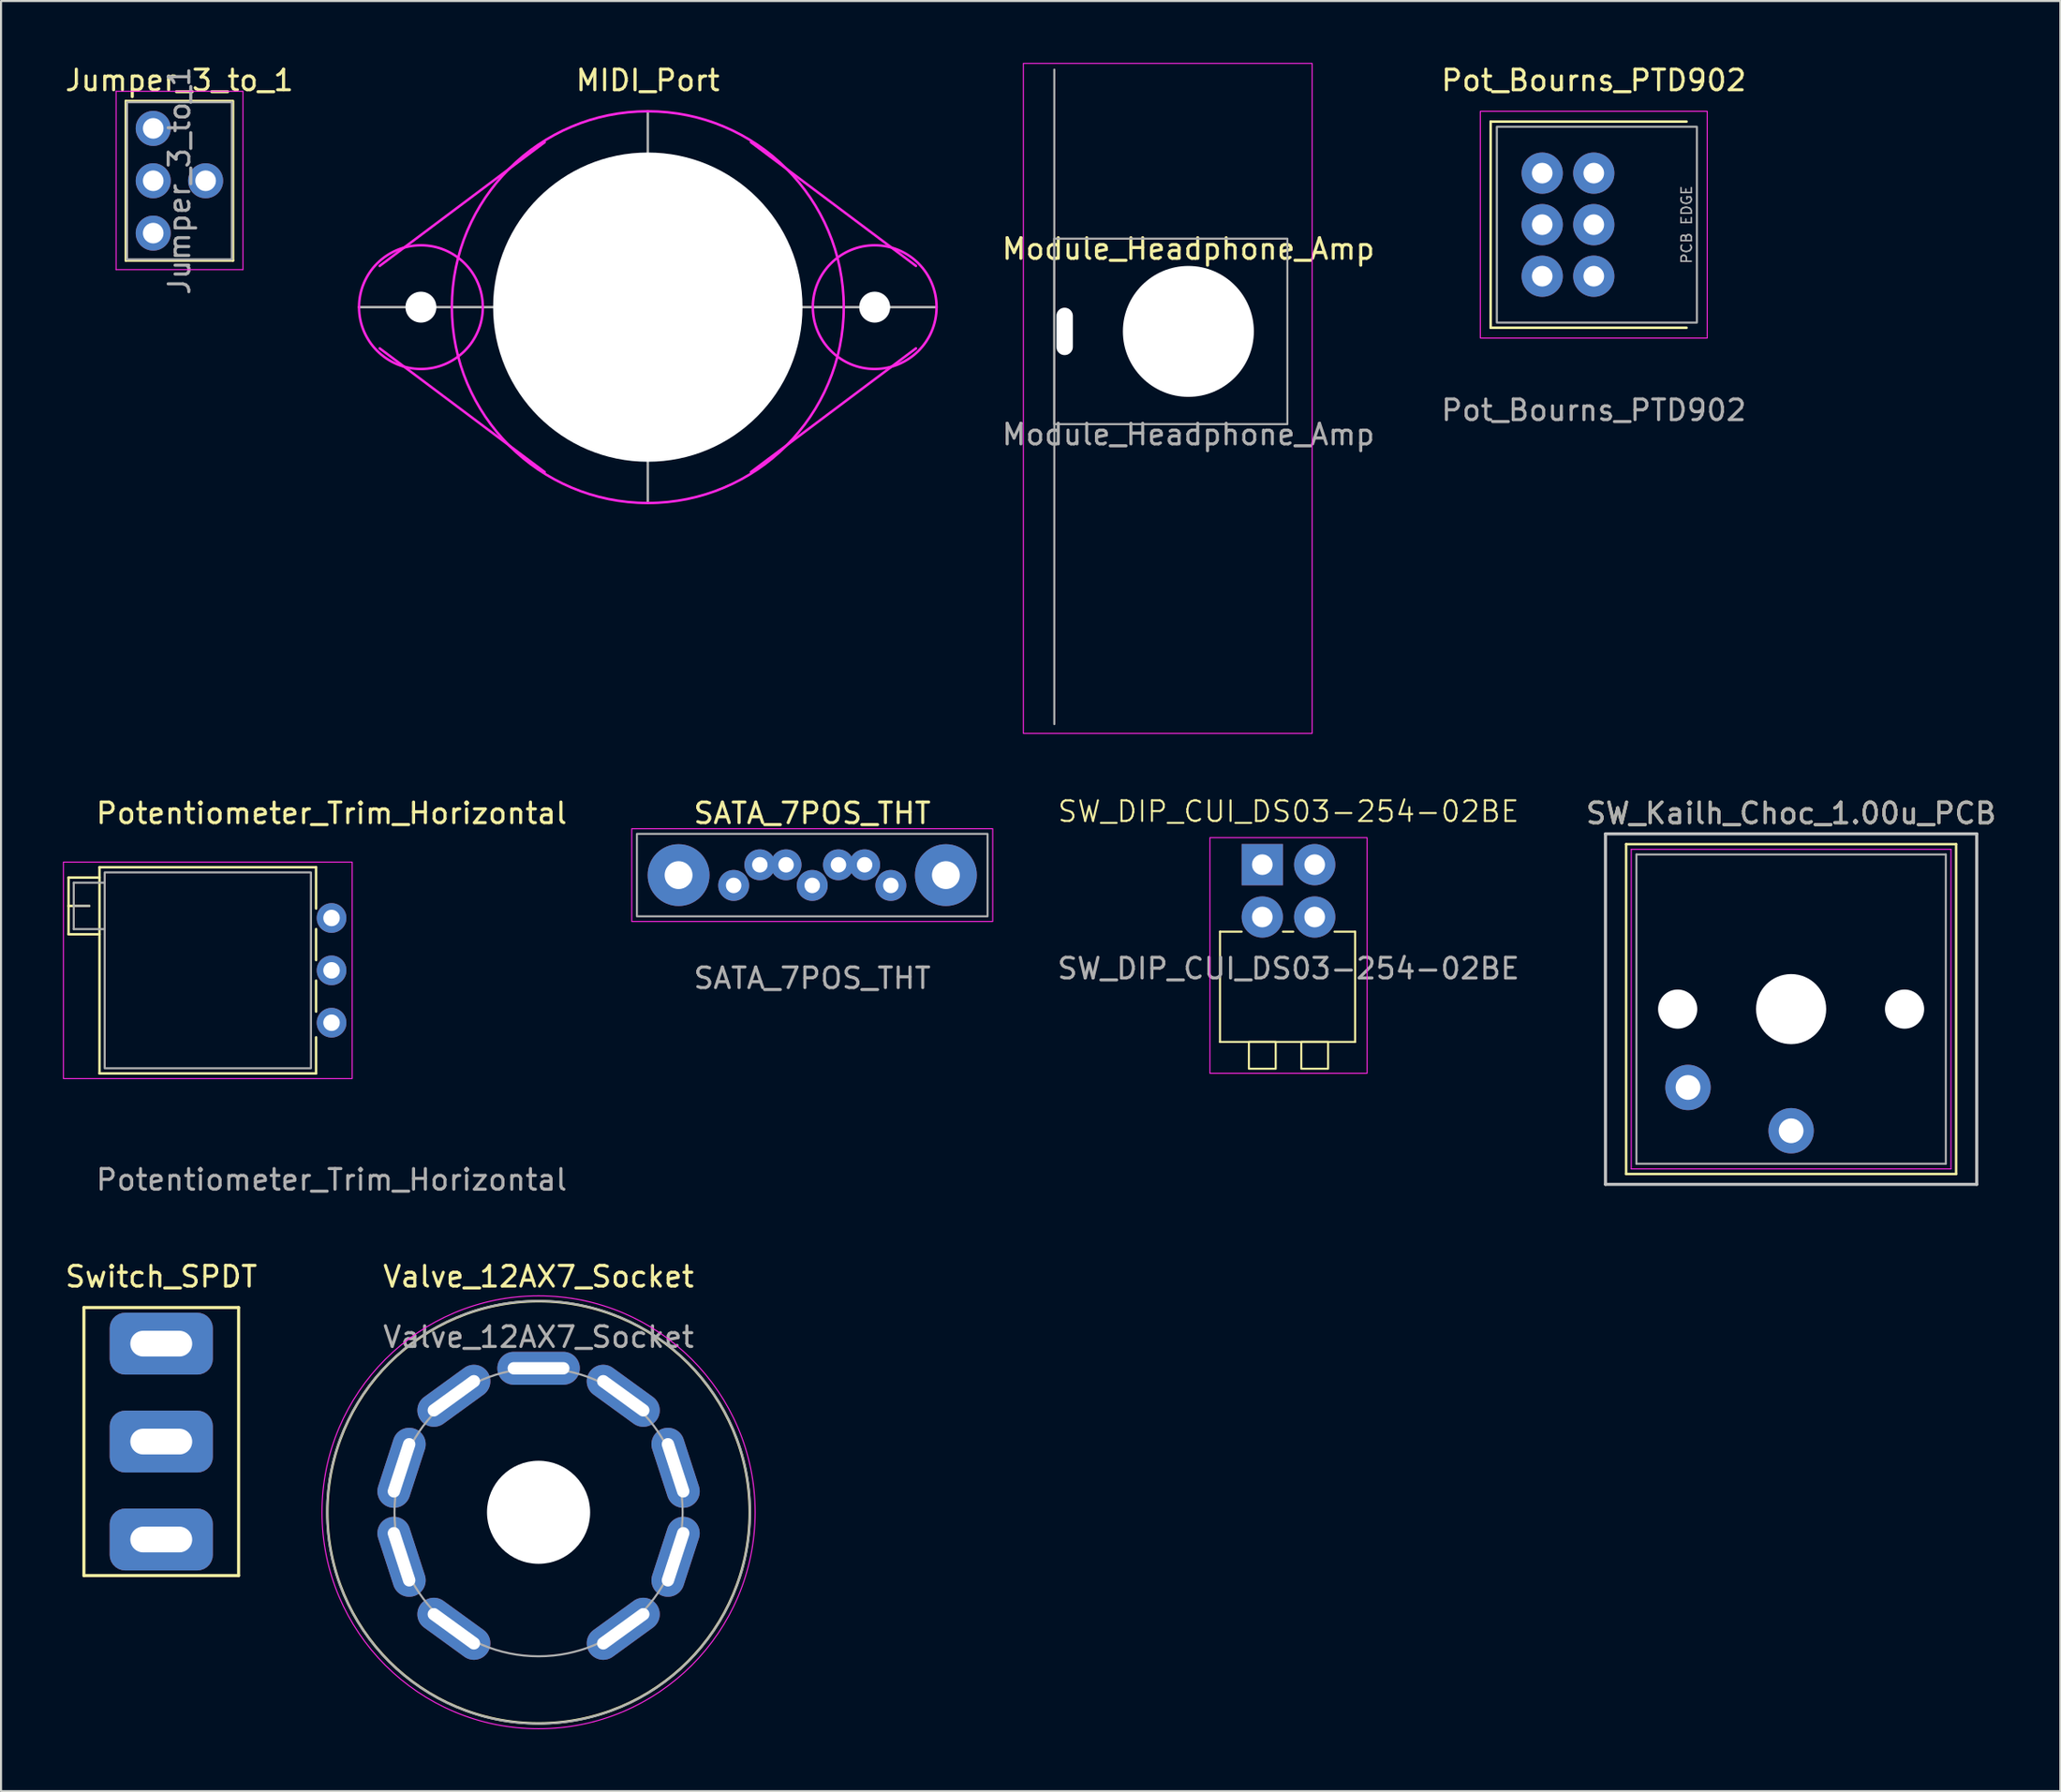
<source format=kicad_pcb>
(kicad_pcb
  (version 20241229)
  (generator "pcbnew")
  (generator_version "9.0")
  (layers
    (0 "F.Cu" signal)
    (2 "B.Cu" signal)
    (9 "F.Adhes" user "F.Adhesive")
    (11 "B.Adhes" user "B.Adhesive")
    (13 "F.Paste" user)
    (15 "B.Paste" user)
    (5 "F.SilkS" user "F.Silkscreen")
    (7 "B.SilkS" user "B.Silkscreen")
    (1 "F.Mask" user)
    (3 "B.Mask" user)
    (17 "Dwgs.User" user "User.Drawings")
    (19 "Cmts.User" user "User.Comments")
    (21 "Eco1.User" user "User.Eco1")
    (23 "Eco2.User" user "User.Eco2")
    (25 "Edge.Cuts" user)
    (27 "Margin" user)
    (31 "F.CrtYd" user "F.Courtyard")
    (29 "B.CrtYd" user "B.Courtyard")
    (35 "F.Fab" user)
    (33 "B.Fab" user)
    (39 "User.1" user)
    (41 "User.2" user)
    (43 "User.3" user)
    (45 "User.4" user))
  (footprint "Pot_Bourns_PTD902"
    (layer "F.Cu")
    (at 74.221 7.848)
    (property "Reference" "Pot_Bourns_PTD902" (at 0 -7 0) (unlocked yes) (layer "F.SilkS") (effects (font (size 1 1) (thickness 0.15))))
    (attr through_hole)
    (fp_line (start -5 -5) (end -5 5) (stroke (width 0.12) (type solid)) (layer "F.SilkS"))
    (fp_line (start -5 -5) (end 4.5 -5) (stroke (width 0.12) (type solid)) (layer "F.SilkS"))
    (fp_line (start -5 5) (end 4.5 5) (stroke (width 0.12) (type solid)) (layer "F.SilkS"))
    (fp_rect (start -5.5 -5.5) (end 5.5 5.5) (stroke (width 0.05) (type solid)) (fill no) (layer "F.CrtYd"))
    (fp_rect (start -4.7 -4.75) (end 5 4.75) (stroke (width 0.1) (type solid)) (fill no) (layer "F.Fab"))
    (fp_text user "${REFERENCE}" (at 0 9 0) (unlocked yes) (layer "F.Fab") (effects (font (size 1 1) (thickness 0.15))))
    (fp_text user "PCB EDGE" (at 4.5 0 90) (unlocked yes) (layer "F.Fab") (effects (font (size 0.5 0.5) (thickness 0.075))))
    (pad "1" thru_hole circle (at 0 2.5) (size 2 2) (drill 1) (layers "*.Cu" "*.Mask"))
    (pad "2" thru_hole circle (at 0 0) (size 2 2) (drill 1) (layers "*.Cu" "*.Mask"))
    (pad "3" thru_hole circle (at 0 -2.5) (size 2 2) (drill 1) (layers "*.Cu" "*.Mask"))
    (pad "4" thru_hole circle (at -2.5 2.5) (size 2 2) (drill 1) (layers "*.Cu" "*.Mask"))
    (pad "5" thru_hole circle (at -2.5 0) (size 2 2) (drill 1) (layers "*.Cu" "*.Mask"))
    (pad "6" thru_hole circle (at -2.5 -2.5) (size 2 2) (drill 1) (layers "*.Cu" "*.Mask")))
  (footprint "Jumper_3_to_1"
    (layer "F.Cu")
    (at 4.379 3.178)
    (property "Reference" "Jumper_3_to_1" (at 1.27 -2.33 0) (layer "F.SilkS") (effects (font (size 1 1) (thickness 0.15))))
    (attr through_hole)
    (fp_line (start -1.33 -1.33) (end -1.33 6.41) (stroke (width 0.12) (type solid)) (layer "F.SilkS"))
    (fp_line (start -1.33 -1.33) (end 3.81 -1.33) (stroke (width 0.12) (type solid)) (layer "F.SilkS"))
    (fp_line (start -1.33 6.41) (end 3.87 6.41) (stroke (width 0.12) (type solid)) (layer "F.SilkS"))
    (fp_line (start 3.87 -1.33) (end 3.87 6.41) (stroke (width 0.12) (type solid)) (layer "F.SilkS"))
    (fp_line (start -1.8 -1.8) (end -1.8 6.85) (stroke (width 0.05) (type solid)) (layer "F.CrtYd"))
    (fp_line (start -1.8 6.85) (end 4.35 6.85) (stroke (width 0.05) (type solid)) (layer "F.CrtYd"))
    (fp_line (start 4.35 -1.8) (end -1.8 -1.8) (stroke (width 0.05) (type solid)) (layer "F.CrtYd"))
    (fp_line (start 4.35 6.85) (end 4.35 -1.8) (stroke (width 0.05) (type solid)) (layer "F.CrtYd"))
    (fp_line (start -1.27 -1.27) (end 3.81 -1.27) (stroke (width 0.1) (type solid)) (layer "F.Fab"))
    (fp_line (start -1.27 6.35) (end -1.27 -1.27) (stroke (width 0.1) (type solid)) (layer "F.Fab"))
    (fp_line (start 3.81 -1.27) (end 3.81 6.35) (stroke (width 0.1) (type solid)) (layer "F.Fab"))
    (fp_line (start 3.81 6.35) (end -1.27 6.35) (stroke (width 0.1) (type solid)) (layer "F.Fab"))
    (fp_text user "${REFERENCE}" (at 1.27 2.54 90) (layer "F.Fab") (effects (font (size 1 1) (thickness 0.15))))
    (pad "1" thru_hole oval (at 0 0) (size 1.7 1.7) (drill 1) (layers "*.Cu" "*.Mask"))
    (pad "2" thru_hole oval (at 2.54 2.54) (size 1.7 1.7) (drill 1) (layers "*.Cu" "*.Mask"))
    (pad "3" thru_hole oval (at 0 5.08) (size 1.7 1.7) (drill 1) (layers "*.Cu" "*.Mask"))
    (pad "4" thru_hole oval (at 0 2.54) (size 1.7 1.7) (drill 1) (layers "*.Cu" "*.Mask")))
  (footprint "SATA_7POS_THT"
    (layer "F.Cu")
    (at 36.33 39.398)
    (property "Reference" "SATA_7POS_THT" (at 0 -3 0) (unlocked yes) (layer "F.SilkS") (effects (font (size 1 1) (thickness 0.15))))
    (attr through_hole)
    (fp_rect (start -8.75 -2.25) (end 8.75 2.25) (stroke (width 0.05) (type solid)) (fill no) (layer "F.CrtYd"))
    (fp_rect (start -8.5 -2) (end 8.5 2) (stroke (width 0.1) (type solid)) (fill no) (layer "F.Fab"))
    (fp_text user "${REFERENCE}" (at 0 5 0) (unlocked yes) (layer "F.Fab") (effects (font (size 1 1) (thickness 0.15))))
    (pad "" thru_hole circle (at -6.48 0) (size 3 3) (drill 1.35) (layers "*.Cu" "*.Mask"))
    (pad "" thru_hole circle (at 6.48 0) (size 3 3) (drill 1.35) (layers "*.Cu" "*.Mask"))
    (pad "1" thru_hole circle (at 3.81 0.5) (size 1.5 1.5) (drill 0.75) (layers "*.Cu" "*.Mask"))
    (pad "2" thru_hole circle (at 2.54 -0.5) (size 1.5 1.5) (drill 0.75) (layers "*.Cu" "*.Mask"))
    (pad "3" thru_hole circle (at 1.27 -0.5) (size 1.5 1.5) (drill 0.75) (layers "*.Cu" "*.Mask"))
    (pad "4" thru_hole circle (at 0 0.5) (size 1.5 1.5) (drill 0.75) (layers "*.Cu" "*.Mask"))
    (pad "5" thru_hole circle (at -1.27 -0.5) (size 1.5 1.5) (drill 0.75) (layers "*.Cu" "*.Mask"))
    (pad "6" thru_hole circle (at -2.54 -0.5) (size 1.5 1.5) (drill 0.75) (layers "*.Cu" "*.Mask"))
    (pad "7" thru_hole circle (at -3.81 0.5) (size 1.5 1.5) (drill 0.75) (layers "*.Cu" "*.Mask")))
  (footprint "Potentiometer_Trim_Horizontal"
    (layer "F.Cu")
    (at 13.025 44.018)
    (property "Reference" "Potentiometer_Trim_Horizontal" (at 0 -7.62 0) (layer "F.SilkS") (effects (font (size 1 1) (thickness 0.15))))
    (attr through_hole)
    (fp_line (start -12.75 -4.5) (end -12.75 -1.75) (stroke (width 0.12) (type solid)) (layer "F.SilkS"))
    (fp_line (start -12.75 -4.5) (end -11.25 -4.5) (stroke (width 0.12) (type solid)) (layer "F.SilkS"))
    (fp_line (start -12.75 -3.125) (end -11.75 -3.125) (stroke (width 0.12) (type solid)) (layer "F.SilkS"))
    (fp_line (start -12.75 -1.75) (end -11.25 -1.75) (stroke (width 0.12) (type solid)) (layer "F.SilkS"))
    (fp_line (start -11.25 -5) (end -11.25 5) (stroke (width 0.12) (type solid)) (layer "F.SilkS"))
    (fp_line (start -11.25 -5) (end -0.75 -5) (stroke (width 0.12) (type solid)) (layer "F.SilkS"))
    (fp_line (start -11.25 5) (end -0.75 5) (stroke (width 0.12) (type solid)) (layer "F.SilkS"))
    (fp_line (start -0.75 -5) (end -0.75 -3) (stroke (width 0.12) (type solid)) (layer "F.SilkS"))
    (fp_line (start -0.75 -0.5) (end -0.75 -2) (stroke (width 0.12) (type solid)) (layer "F.SilkS"))
    (fp_line (start -0.75 2) (end -0.75 0.5) (stroke (width 0.12) (type solid)) (layer "F.SilkS"))
    (fp_line (start -0.75 5) (end -0.75 3.25) (stroke (width 0.12) (type solid)) (layer "F.SilkS"))
    (fp_rect (start -13 -5.25) (end 1 5.25) (stroke (width 0.05) (type solid)) (fill no) (layer "F.CrtYd"))
    (fp_line (start -12.5 -4.25) (end -12.5 -2) (stroke (width 0.1) (type solid)) (layer "F.Fab"))
    (fp_line (start -12.5 -3.125) (end -11.75 -3.125) (stroke (width 0.1) (type solid)) (layer "F.Fab"))
    (fp_line (start -12.5 -2) (end -11 -2) (stroke (width 0.1) (type solid)) (layer "F.Fab"))
    (fp_line (start -11 -4.25) (end -12.5 -4.25) (stroke (width 0.1) (type solid)) (layer "F.Fab"))
    (fp_rect (start -1 -4.75) (end -11 4.75) (stroke (width 0.1) (type solid)) (fill no) (layer "F.Fab"))
    (fp_text user "${REFERENCE}" (at 0 10.16 0) (layer "F.Fab") (effects (font (size 1 1) (thickness 0.15))))
    (pad "1" thru_hole circle (at 0 -2.54) (size 1.44 1.44) (drill 0.8) (layers "*.Cu" "*.Mask"))
    (pad "2" thru_hole circle (at 0 0) (size 1.44 1.44) (drill 0.8) (layers "*.Cu" "*.Mask"))
    (pad "3" thru_hole circle (at 0 2.54) (size 1.44 1.44) (drill 0.8) (layers "*.Cu" "*.Mask")))
  (footprint "SW_Kailh_Choc_1.00u_PCB"
    (layer "F.Cu")
    (at 83.789 45.898)
    (property "Reference" "SW_Kailh_Choc_1.00u_PCB" (at 0 -9.5 0) (layer "F.SilkS") (effects (font (size 1 1) (thickness 0.15))))
    (attr through_hole)
    (fp_line (start -8 -8) (end 8 -8) (stroke (width 0.12) (type solid)) (layer "F.SilkS"))
    (fp_line (start -8 8) (end -8 -8) (stroke (width 0.12) (type solid)) (layer "F.SilkS"))
    (fp_line (start 8 -8) (end 8 8) (stroke (width 0.12) (type solid)) (layer "F.SilkS"))
    (fp_line (start 8 8) (end -8 8) (stroke (width 0.12) (type solid)) (layer "F.SilkS"))
    (fp_line (start -9 -8.5) (end 9 -8.5) (stroke (width 0.15) (type solid)) (layer "Dwgs.User"))
    (fp_line (start -9 8.5) (end -9 -8.5) (stroke (width 0.15) (type solid)) (layer "Dwgs.User"))
    (fp_line (start 9 -8.5) (end 9 8.5) (stroke (width 0.15) (type solid)) (layer "Dwgs.User"))
    (fp_line (start 9 8.5) (end -9 8.5) (stroke (width 0.15) (type solid)) (layer "Dwgs.User"))
    (fp_line (start -7.75 -7.75) (end 7.75 -7.75) (stroke (width 0.05) (type solid)) (layer "F.CrtYd"))
    (fp_line (start -7.75 7.75) (end -7.75 -7.75) (stroke (width 0.05) (type solid)) (layer "F.CrtYd"))
    (fp_line (start 7.75 -7.75) (end 7.75 7.75) (stroke (width 0.05) (type solid)) (layer "F.CrtYd"))
    (fp_line (start 7.75 7.75) (end -7.75 7.75) (stroke (width 0.05) (type solid)) (layer "F.CrtYd"))
    (fp_line (start -7.5 -7.5) (end 7.5 -7.5) (stroke (width 0.1) (type solid)) (layer "F.Fab"))
    (fp_line (start -7.5 7.5) (end -7.5 -7.5) (stroke (width 0.1) (type solid)) (layer "F.Fab"))
    (fp_line (start 7.5 -7.5) (end 7.5 7.5) (stroke (width 0.1) (type solid)) (layer "F.Fab"))
    (fp_line (start 7.5 7.5) (end -7.5 7.5) (stroke (width 0.1) (type solid)) (layer "F.Fab"))
    (fp_text user "${REFERENCE}" (at 0 -9.5 0) (layer "F.Fab") (effects (font (size 1 1) (thickness 0.15))))
    (pad "" np_thru_hole circle (at -5.5 0) (size 1.9 1.9) (drill 1.9) (layers "*.Cu" "*.Mask"))
    (pad "" np_thru_hole circle (at 0 0) (size 3.4 3.4) (drill 3.4) (layers "*.Cu" "*.Mask"))
    (pad "" np_thru_hole circle (at 5.5 0) (size 1.9 1.9) (drill 1.9) (layers "*.Cu" "*.Mask"))
    (pad "1" thru_hole circle (at 0 5.9) (size 2.2 2.2) (drill 1.2) (layers "*.Cu" "*.Mask"))
    (pad "2" thru_hole circle (at -5 3.8) (size 2.2 2.2) (drill 1.2) (layers "*.Cu" "*.Mask")))
  (footprint "SW_DIP_CUI_DS03-254-02BE"
    (layer "F.Cu")
    (at 58.15 38.891)
    (property "Reference" "SW_DIP_CUI_DS03-254-02BE" (at 1.27 -2.58 0) (unlocked yes) (layer "F.SilkS") (effects (font (size 1 1) (thickness 0.1))))
    (attr through_hole)
    (fp_line (start -2.05 3.25) (end -2.05 8.6) (stroke (width 0.1) (type default)) (layer "F.SilkS"))
    (fp_line (start -2.05 3.25) (end -1 3.25) (stroke (width 0.1) (type default)) (layer "F.SilkS"))
    (fp_line (start -2.05 8.6) (end 4.5 8.6) (stroke (width 0.1) (type default)) (layer "F.SilkS"))
    (fp_line (start 1 3.25) (end 1.5 3.25) (stroke (width 0.1) (type default)) (layer "F.SilkS"))
    (fp_line (start 4.5 3.25) (end 3.5 3.25) (stroke (width 0.1) (type default)) (layer "F.SilkS"))
    (fp_line (start 4.5 3.25) (end 4.5 8.6) (stroke (width 0.1) (type default)) (layer "F.SilkS"))
    (fp_rect (start -0.65 8.6) (end 0.65 9.9) (stroke (width 0.1) (type default)) (fill no) (layer "F.SilkS"))
    (fp_rect (start 1.89 8.6) (end 3.19 9.9) (stroke (width 0.1) (type default)) (fill no) (layer "F.SilkS"))
    (fp_rect (start -2.54 -1.31) (end 5.08 10.12) (stroke (width 0.05) (type default)) (fill no) (layer "F.CrtYd"))
    (fp_text user "${REFERENCE}" (at 1.27 5.04 0) (unlocked yes) (layer "F.Fab") (effects (font (size 1 1) (thickness 0.15))))
    (pad "1" thru_hole rect (at 0 0) (size 2 2) (drill 1) (layers "*.Cu" "*.Mask"))
    (pad "2" thru_hole circle (at 0 2.54) (size 2 2) (drill 1) (layers "*.Cu" "*.Mask"))
    (pad "3" thru_hole circle (at 2.54 0) (size 2 2) (drill 1) (layers "*.Cu" "*.Mask"))
    (pad "4" thru_hole circle (at 2.54 2.54) (size 2 2) (drill 1) (layers "*.Cu" "*.Mask")))
  (footprint "Switch_SPDT"
    (layer "F.Cu")
    (at 4.768 66.875)
    (property "Reference" "Switch_SPDT" (at 0 -8 0) (layer "F.SilkS") (effects (font (size 1 1) (thickness 0.15))))
    (attr through_hole)
    (fp_line (start -3.75 -6.5) (end -3.75 6.5) (stroke (width 0.15) (type solid)) (layer "F.SilkS"))
    (fp_line (start -3.75 6.5) (end 3.75 6.5) (stroke (width 0.15) (type solid)) (layer "F.SilkS"))
    (fp_line (start 3.75 -6.5) (end -3.75 -6.5) (stroke (width 0.15) (type solid)) (layer "F.SilkS"))
    (fp_line (start 3.75 6.5) (end 3.75 -6.5) (stroke (width 0.15) (type solid)) (layer "F.SilkS"))
    (pad "1" thru_hole roundrect (at 0 -4.75) (size 5 3) (drill oval 3 1.25) (layers "*.Cu" "*.Mask") (roundrect_rratio 0.25))
    (pad "2" thru_hole roundrect (at 0 0) (size 5 3) (drill oval 3 1.25) (layers "*.Cu" "*.Mask") (roundrect_rratio 0.25))
    (pad "3" thru_hole roundrect (at 0 4.75) (size 5 3) (drill oval 3 1.25) (layers "*.Cu" "*.Mask") (roundrect_rratio 0.25)))
  (footprint "Valve_12AX7_Socket"
    (layer "F.Cu")
    (at 23.061 70.305)
    (property "Reference" "Valve_12AX7_Socket" (at 0 -11.43 0) (layer "F.SilkS") (effects (font (size 1 1) (thickness 0.15))))
    (attr through_hole)
    (fp_circle (center 0 0) (end 10.16 1.27) (stroke (width 0.12) (type solid)) (fill no) (layer "F.SilkS"))
    (fp_circle (center 0 0) (end 0 -10.5) (stroke (width 0.05) (type solid)) (fill no) (layer "F.CrtYd"))
    (fp_circle (center 0 0) (end 0 -10.25) (stroke (width 0.1) (type solid)) (fill no) (layer "F.Fab"))
    (fp_circle (center 0 0) (end 6.985 0) (stroke (width 0.1) (type solid)) (fill no) (layer "F.Fab"))
    (fp_text user "${REFERENCE}" (at 0 -8.5 0) (layer "F.Fab") (effects (font (size 1 1) (thickness 0.15))))
    (pad "" np_thru_hole circle (at 0 0) (size 5 5) (drill 5) (layers "*.Cu" "*.Mask"))
    (pad "1" thru_hole oval (at 4.106 5.651 306) (size 1.6 4) (drill oval 0.6 3) (layers "*.Cu" "*.Mask"))
    (pad "2" thru_hole oval (at 6.643 2.158 342) (size 1.6 4) (drill oval 0.6 3) (layers "*.Cu" "*.Mask"))
    (pad "3" thru_hole oval (at 6.643 -2.158 18) (size 1.6 4) (drill oval 0.6 3) (layers "*.Cu" "*.Mask"))
    (pad "4" thru_hole oval (at 4.106 -5.651 54) (size 1.6 4) (drill oval 0.6 3) (layers "*.Cu" "*.Mask"))
    (pad "5" thru_hole oval (at 0 -6.985 90) (size 1.6 4) (drill oval 0.6 3) (layers "*.Cu" "*.Mask"))
    (pad "6" thru_hole oval (at -4.106 -5.651 306) (size 1.6 4) (drill oval 0.6 3) (layers "*.Cu" "*.Mask"))
    (pad "7" thru_hole oval (at -6.643 -2.158 342) (size 1.6 4) (drill oval 0.6 3) (layers "*.Cu" "*.Mask"))
    (pad "8" thru_hole oval (at -6.643 2.158 18) (size 1.6 4) (drill oval 0.6 3) (layers "*.Cu" "*.Mask"))
    (pad "9" thru_hole oval (at -4.106 5.651 54) (size 1.6 4) (drill oval 0.6 3) (layers "*.Cu" "*.Mask")))
  (footprint "Module_Headphone_Amp"
    (layer "F.Cu")
    (at 54.566 13.025)
    (property "Reference" "Module_Headphone_Amp" (at 0 -4 0) (unlocked yes) (layer "F.SilkS") (effects (font (size 1 1) (thickness 0.15))))
    (attr through_hole)
    (fp_rect (start -8 -13) (end 6 19.5) (stroke (width 0.05) (type solid)) (fill no) (layer "F.CrtYd"))
    (fp_line (start -6.5 -12.7) (end -6.5 19.05) (stroke (width 0.1) (type solid)) (layer "F.Fab"))
    (fp_rect (start -6.5 -4.5) (end 4.8 4.5) (stroke (width 0.1) (type solid)) (fill no) (layer "F.Fab"))
    (fp_text user "${REFERENCE}" (at 0 5 0) (unlocked yes) (layer "F.Fab") (effects (font (size 1 1) (thickness 0.15))))
    (pad "" np_thru_hole oval (at -6 0) (size 0.8 2.3) (drill oval 0.8 2.3) (layers "*.Cu" "*.Mask"))
    (pad "" np_thru_hole circle (at 0 0) (size 6.35 6.35) (drill 6.35) (layers "*.Cu" "*.Mask")))
  (footprint "MIDI_Port"
    (layer "F.Cu")
    (at 28.358 11.848)
    (property "Reference" "MIDI_Port" (at 0 -11 0) (layer "F.SilkS") (effects (font (size 1 1) (thickness 0.15))))
    (attr through_hole)
    (fp_line (start -13 -2) (end -5 -8) (stroke (width 0.12) (type solid)) (layer "F.CrtYd"))
    (fp_line (start -13 2) (end -5 8) (stroke (width 0.12) (type solid)) (layer "F.CrtYd"))
    (fp_line (start 5 8) (end 13 2) (stroke (width 0.12) (type solid)) (layer "F.CrtYd"))
    (fp_line (start 13 -2) (end 5 -8) (stroke (width 0.12) (type solid)) (layer "F.CrtYd"))
    (fp_circle (center -11 0) (end -8 0) (stroke (width 0.12) (type solid)) (fill no) (layer "F.CrtYd"))
    (fp_circle (center 0 0) (end 0 -9.5) (stroke (width 0.12) (type solid)) (fill no) (layer "F.CrtYd"))
    (fp_circle (center 11 0) (end 14 0) (stroke (width 0.12) (type solid)) (fill no) (layer "F.CrtYd"))
    (fp_line (start 0 -9.5) (end 0 9.5) (stroke (width 0.12) (type solid)) (layer "F.Fab"))
    (fp_line (start 0 0) (end -14 0) (stroke (width 0.12) (type solid)) (layer "F.Fab"))
    (fp_line (start 0 0) (end 14 0) (stroke (width 0.12) (type solid)) (layer "F.Fab"))
    (pad "" np_thru_hole circle (at -11 0) (size 1.5 1.5) (drill 1.5) (layers "*.Cu" "*.Mask"))
    (pad "" np_thru_hole circle (at 0 0) (size 15 15) (drill 15) (layers "*.Cu" "*.Mask"))
    (pad "" np_thru_hole circle (at 11 0) (size 1.5 1.5) (drill 1.5) (layers "*.Cu" "*.Mask")))
  (gr_rect
    (start -3 -3)
    (end 96.843 83.83)
    (stroke (width 0.1) (type default))
    (fill no)
    (layer "Edge.Cuts")))
</source>
